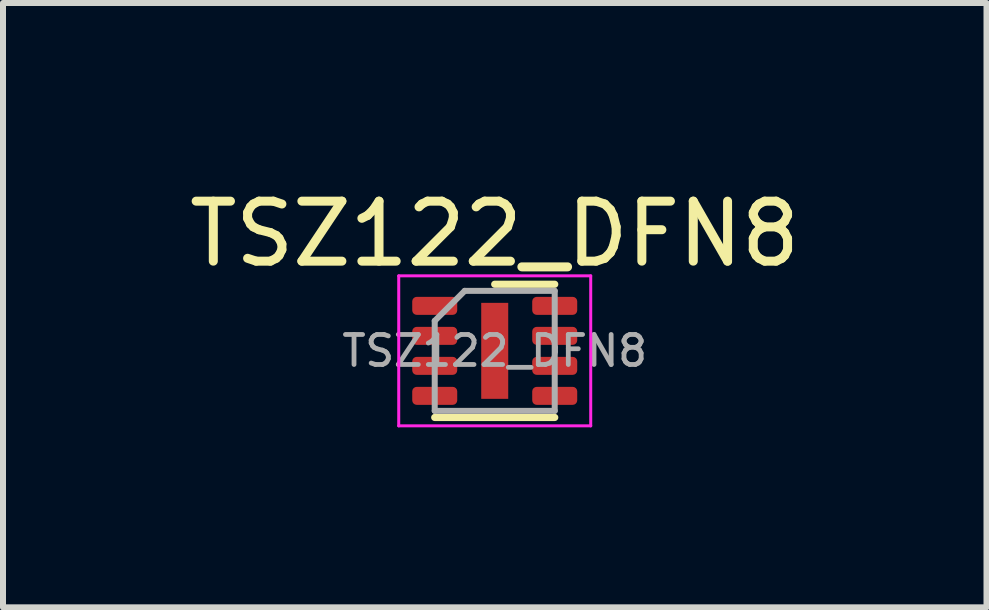
<source format=kicad_pcb>
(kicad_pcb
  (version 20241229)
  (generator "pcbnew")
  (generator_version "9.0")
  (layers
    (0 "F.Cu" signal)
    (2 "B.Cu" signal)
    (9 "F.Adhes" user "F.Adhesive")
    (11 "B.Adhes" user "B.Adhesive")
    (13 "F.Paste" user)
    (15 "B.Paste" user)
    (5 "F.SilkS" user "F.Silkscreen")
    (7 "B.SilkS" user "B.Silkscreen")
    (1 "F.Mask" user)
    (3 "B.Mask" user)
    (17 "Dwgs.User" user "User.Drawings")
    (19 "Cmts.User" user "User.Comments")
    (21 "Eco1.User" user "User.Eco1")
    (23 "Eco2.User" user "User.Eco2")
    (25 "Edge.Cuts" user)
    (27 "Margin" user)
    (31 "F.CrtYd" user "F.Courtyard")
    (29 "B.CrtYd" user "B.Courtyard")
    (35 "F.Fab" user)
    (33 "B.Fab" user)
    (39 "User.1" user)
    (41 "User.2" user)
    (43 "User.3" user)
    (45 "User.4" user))
  (footprint "TSZ122_DFN8"
    (layer "F.Cu")
    (at 5.196 2.798)
    (property "Reference" "TSZ122_DFN8" (at 0 -1.95 0) (layer "F.SilkS") (effects (font (size 1 1) (thickness 0.15))))
    (attr smd)
    (fp_line (start -1 1.11) (end 1 1.11) (stroke (width 0.12) (type solid)) (layer "F.SilkS"))
    (fp_line (start 0 -1.11) (end 1 -1.11) (stroke (width 0.12) (type solid)) (layer "F.SilkS"))
    (fp_line (start -1.6 -1.25) (end -1.6 1.25) (stroke (width 0.05) (type solid)) (layer "F.CrtYd"))
    (fp_line (start -1.6 1.25) (end 1.6 1.25) (stroke (width 0.05) (type solid)) (layer "F.CrtYd"))
    (fp_line (start 1.6 -1.25) (end -1.6 -1.25) (stroke (width 0.05) (type solid)) (layer "F.CrtYd"))
    (fp_line (start 1.6 1.25) (end 1.6 -1.25) (stroke (width 0.05) (type solid)) (layer "F.CrtYd"))
    (fp_line (start -1 -0.5) (end -0.5 -1) (stroke (width 0.1) (type solid)) (layer "F.Fab"))
    (fp_line (start -1 1) (end -1 -0.5) (stroke (width 0.1) (type solid)) (layer "F.Fab"))
    (fp_line (start -0.5 -1) (end 1 -1) (stroke (width 0.1) (type solid)) (layer "F.Fab"))
    (fp_line (start 1 -1) (end 1 1) (stroke (width 0.1) (type solid)) (layer "F.Fab"))
    (fp_line (start 1 1) (end -1 1) (stroke (width 0.1) (type solid)) (layer "F.Fab"))
    (fp_text user "${REFERENCE}" (at 0 0 0) (layer "F.Fab") (effects (font (size 0.5 0.5) (thickness 0.08))))
    (pad "" smd roundrect (at 0 -0.375) (size 0.36 0.6) (layers "F.Paste") (roundrect_rratio 0.25))
    (pad "" smd roundrect (at 0 0.375) (size 0.36 0.6) (layers "F.Paste") (roundrect_rratio 0.25))
    (pad "1" smd roundrect (at -1 -0.75) (size 0.75 0.3) (layers "F.Cu" "F.Mask" "F.Paste") (roundrect_rratio 0.25))
    (pad "2" smd roundrect (at -1 -0.25) (size 0.75 0.3) (layers "F.Cu" "F.Mask" "F.Paste") (roundrect_rratio 0.25))
    (pad "3" smd roundrect (at -1 0.25) (size 0.75 0.3) (layers "F.Cu" "F.Mask" "F.Paste") (roundrect_rratio 0.25))
    (pad "4" smd roundrect (at -1 0.75) (size 0.75 0.3) (layers "F.Cu" "F.Mask" "F.Paste") (roundrect_rratio 0.25))
    (pad "5" smd roundrect (at 1 0.75) (size 0.75 0.3) (layers "F.Cu" "F.Mask" "F.Paste") (roundrect_rratio 0.25))
    (pad "6" smd roundrect (at 1 0.25) (size 0.75 0.3) (layers "F.Cu" "F.Mask" "F.Paste") (roundrect_rratio 0.25))
    (pad "7" smd roundrect (at 1 -0.25) (size 0.75 0.3) (layers "F.Cu" "F.Mask" "F.Paste") (roundrect_rratio 0.25))
    (pad "8" smd roundrect (at 1 -0.75) (size 0.75 0.3) (layers "F.Cu" "F.Mask" "F.Paste") (roundrect_rratio 0.25))
    (pad "9" smd rect (at 0 0) (size 0.45 1.6) (layers "F.Cu" "F.Mask")))
  (gr_rect
    (start -3 -3)
    (end 13.393 7.073)
    (stroke (width 0.1) (type default))
    (fill no)
    (layer "Edge.Cuts")))
</source>
